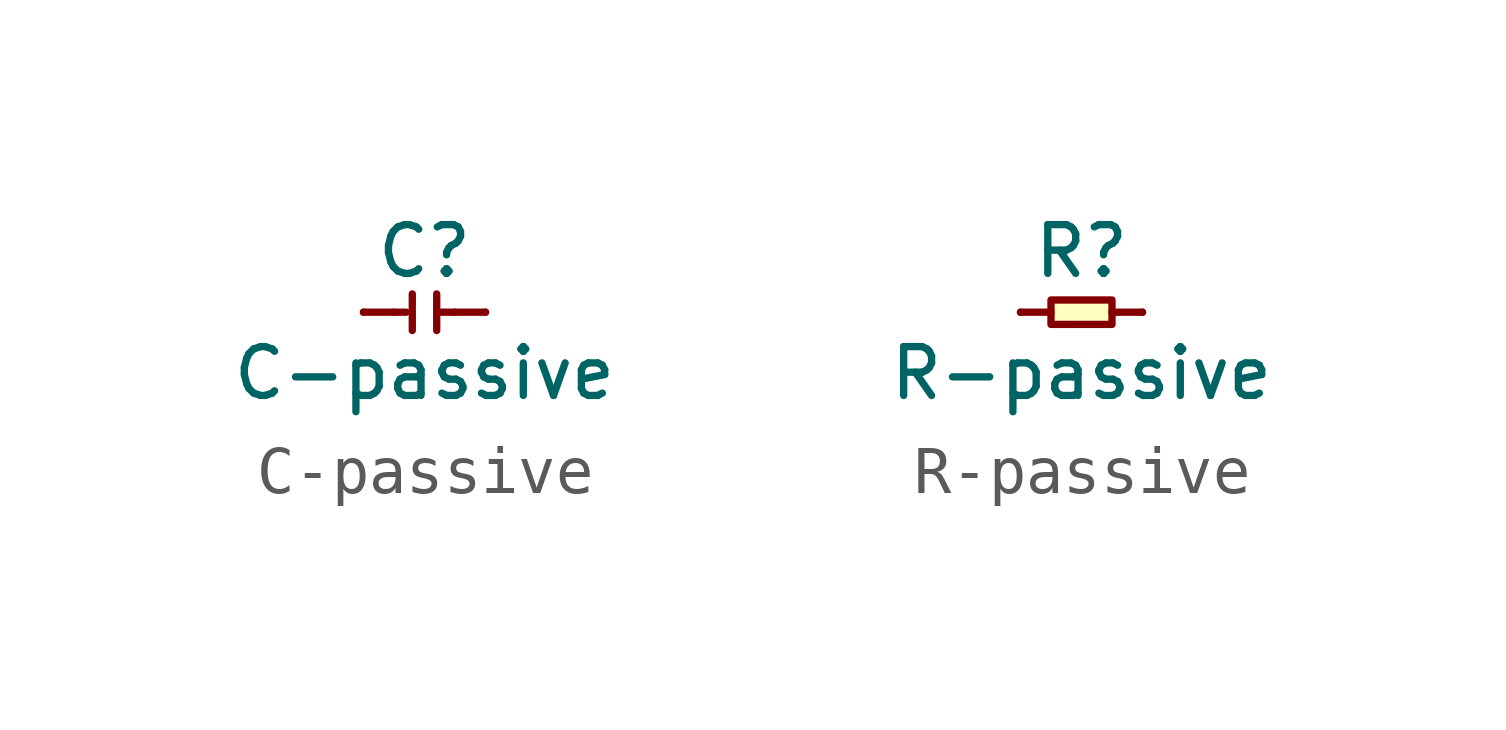
<source format=kicad_sym>
(kicad_symbol_lib
  (version 20220914)
  (generator kicad_symbol_editor)
  (symbol "C-passive"
    (pin_numbers hide)
    (pin_names
      (offset 1.016) hide)
    (property "Reference" "C"
      (at 0 1.27 0)
      (effects (font (size 1.016 1.016))))
    (property "Value" "C-passive"
      (at 0 -1.27 0)
      (effects (font (size 1.016 1.016))))
    (property "Footprint" ""
      (at 0 0 0)
      (effects (font (size 1.524 1.524))))
    (property "Datasheet" ""
      (at 0 0 0)
      (effects (font (size 1.524 1.524))))
    (symbol "C-passive_0_1"
      (polyline (pts (xy -0.635 0) (xy -1.27 0)) (stroke (width 0) (type solid)) (fill (type none)))
      (polyline (pts (xy -0.635 0) (xy -0.381 0)) (stroke (width 0) (type solid)) (fill (type none)))
      (polyline (pts (xy -0.254 0.381) (xy -0.254 -0.381)) (stroke (width 0) (type solid)) (fill (type none)))
      (polyline (pts (xy 0.254 0.381) (xy 0.254 -0.381)) (stroke (width 0) (type solid)) (fill (type none)))
      (polyline (pts (xy 0.635 0) (xy 0.254 0)) (stroke (width 0) (type solid)) (fill (type none)))
      (polyline (pts (xy 1.27 0) (xy 0.635 0)) (stroke (width 0) (type solid)) (fill (type none))))
    (symbol "C-passive_1_1"
      (pin passive line (at -1.27 0 0) (length 0) (name "1" (effects (font (size 0.635 0.635)))) (number "1" (effects (font (size 0.635 0.635)))))
      (pin passive line (at 1.27 0 0) (length 0) (name "2" (effects (font (size 0.635 0.635)))) (number "2" (effects (font (size 0.635 0.635)))))))
  (symbol "R-passive"
    (pin_numbers hide)
    (pin_names
      (offset 1.016) hide)
    (property "Reference" "R"
      (at 0 1.27 0)
      (effects (font (size 1.016 1.016))))
    (property "Value" "R-passive"
      (at 0 -1.27 0)
      (effects (font (size 1.016 1.016))))
    (property "Footprint" ""
      (at 0 0 0)
      (effects (font (size 1.524 1.524))))
    (property "Datasheet" ""
      (at 0 0 0)
      (effects (font (size 1.524 1.524))))
    (symbol "R-passive_0_1"
      (polyline (pts (xy -0.635 0) (xy -1.27 0)) (stroke (width 0) (type solid)) (fill (type none)))
      (polyline (pts (xy 1.27 0) (xy 0.635 0)) (stroke (width 0) (type solid)) (fill (type none)))
      (rectangle (start 0.635 0.254) (end -0.635 -0.254) (stroke (width 0) (type solid)) (fill (type background))))
    (symbol "R-passive_1_1"
      (pin passive line (at -1.27 0 0) (length 0) (name "1" (effects (font (size 0.635 0.635)))) (number "1" (effects (font (size 0.635 0.635)))))
      (pin passive line (at 1.27 0 0) (length 0) (name "2" (effects (font (size 0.635 0.635)))) (number "2" (effects (font (size 0.635 0.635))))))))
</source>
